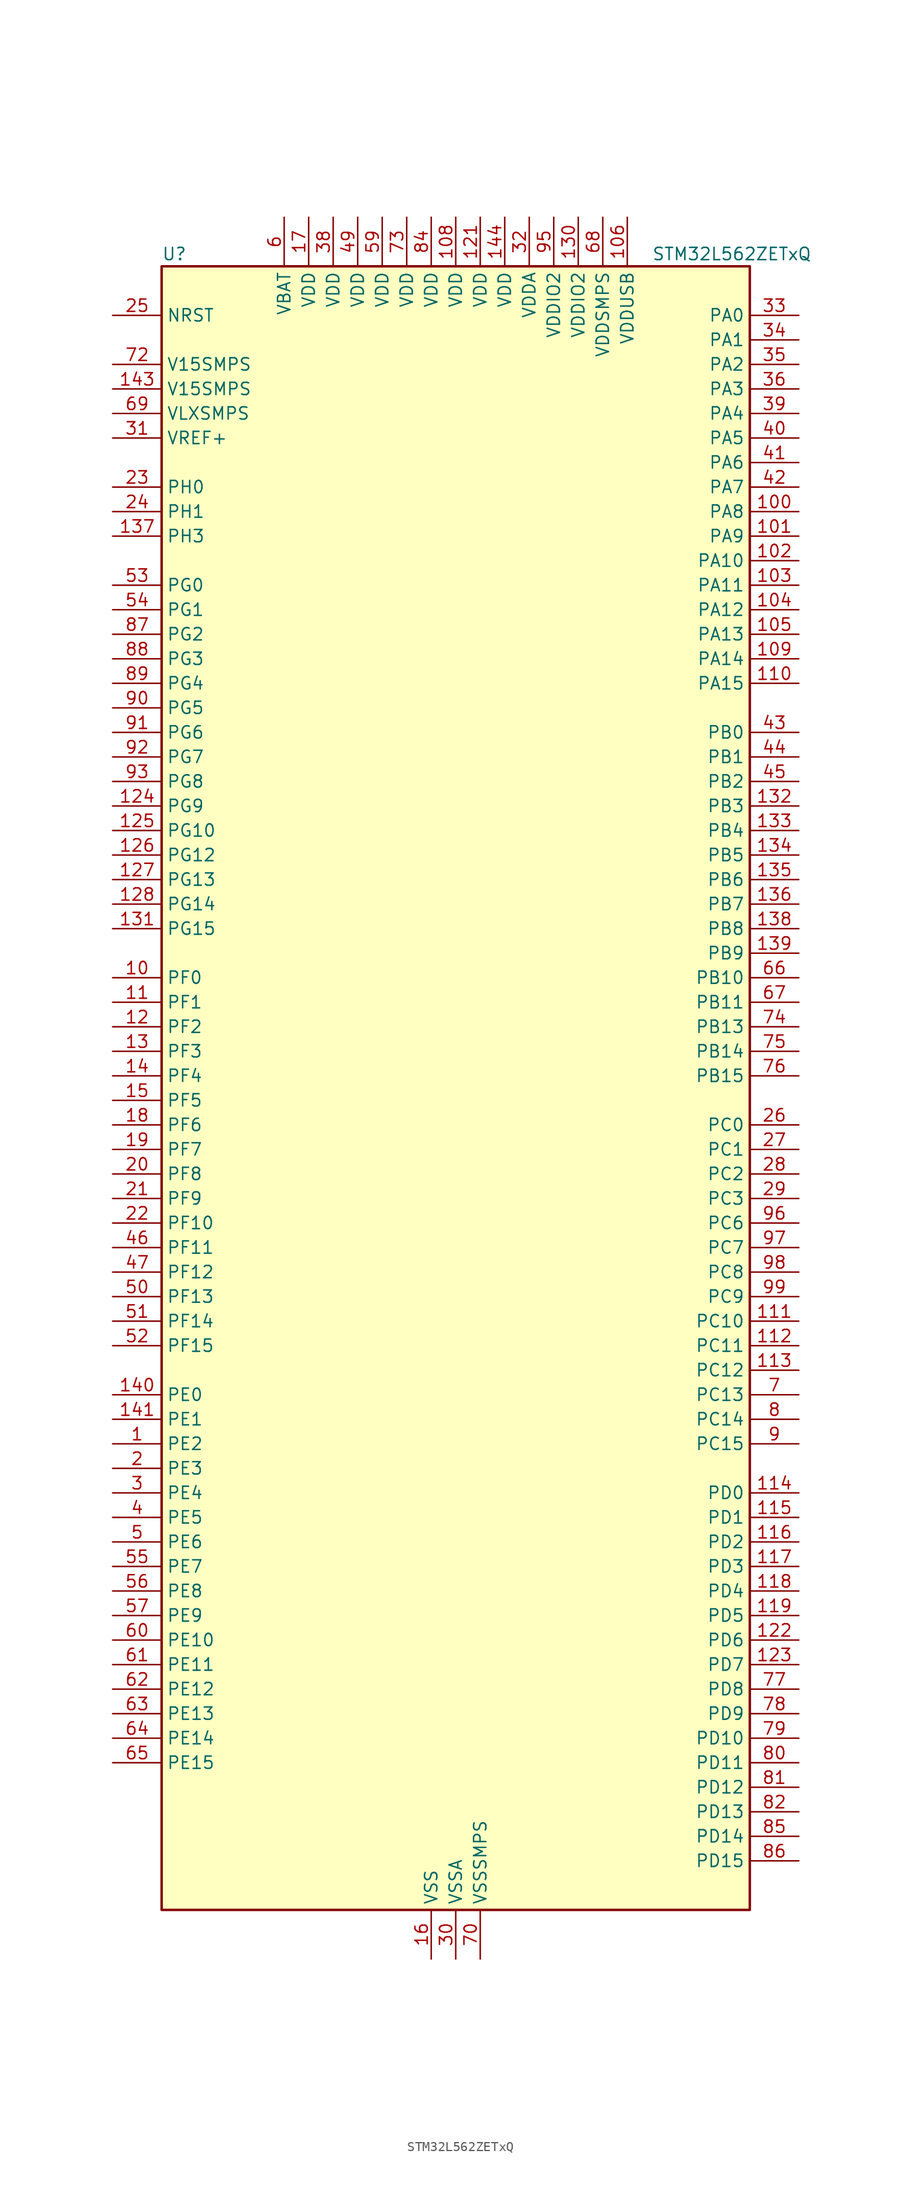
<source format=kicad_sym>
(kicad_symbol_lib
  (version 20241209)
  (generator "kicad_symbol_editor")
  (generator_version "9.0")
  (symbol "STM32L562ZETxQ"
    (property "Reference" "U"
      (at -30.48 87.63 0)
      (effects (font (size 1.27 1.27)) (justify left)))
    (property "Value" "STM32L562ZETxQ"
      (at 20.32 87.63 0)
      (effects (font (size 1.27 1.27)) (justify left)))
    (symbol "STM32L562ZETxQ_0_1"
      (rectangle (start -30.48 -83.82) (end 30.48 86.36) (stroke (width 0.254) (type default)) (fill (type background))))
    (symbol "STM32L562ZETxQ_1_1"
      (pin input line (at -35.56 81.28 0) (length 5.08) (name "NRST" (effects (font (size 1.27 1.27)))) (number "25" (effects (font (size 1.27 1.27)))))
      (pin power_in line (at -35.56 76.2 0) (length 5.08) (name "V15SMPS" (effects (font (size 1.27 1.27)))) (number "72" (effects (font (size 1.27 1.27)))))
      (pin power_in line (at -35.56 73.66 0) (length 5.08) (name "V15SMPS" (effects (font (size 1.27 1.27)))) (number "143" (effects (font (size 1.27 1.27)))))
      (pin power_in line (at -35.56 71.12 0) (length 5.08) (name "VLXSMPS" (effects (font (size 1.27 1.27)))) (number "69" (effects (font (size 1.27 1.27)))))
      (pin input line (at -35.56 68.58 0) (length 5.08) (name "VREF+" (effects (font (size 1.27 1.27)))) (number "31" (effects (font (size 1.27 1.27)))) (alternate "VREFBUF_OUT" bidirectional line))
      (pin bidirectional line (at -35.56 63.5 0) (length 5.08) (name "PH0" (effects (font (size 1.27 1.27)))) (number "23" (effects (font (size 1.27 1.27)))) (alternate "RCC_OSC_IN" bidirectional line))
      (pin bidirectional line (at -35.56 60.96 0) (length 5.08) (name "PH1" (effects (font (size 1.27 1.27)))) (number "24" (effects (font (size 1.27 1.27)))) (alternate "RCC_OSC_OUT" bidirectional line))
      (pin bidirectional line (at -35.56 58.42 0) (length 5.08) (name "PH3" (effects (font (size 1.27 1.27)))) (number "137" (effects (font (size 1.27 1.27)))))
      (pin bidirectional line (at -35.56 53.34 0) (length 5.08) (name "PG0" (effects (font (size 1.27 1.27)))) (number "53" (effects (font (size 1.27 1.27)))) (alternate "FMC_A10" bidirectional line) (alternate "TSC_G8_IO3" bidirectional line))
      (pin bidirectional line (at -35.56 50.8 0) (length 5.08) (name "PG1" (effects (font (size 1.27 1.27)))) (number "54" (effects (font (size 1.27 1.27)))) (alternate "FMC_A11" bidirectional line) (alternate "TSC_G8_IO4" bidirectional line))
      (pin bidirectional line (at -35.56 48.26 0) (length 5.08) (name "PG2" (effects (font (size 1.27 1.27)))) (number "87" (effects (font (size 1.27 1.27)))) (alternate "FMC_A12" bidirectional line) (alternate "SAI2_SCK_B" bidirectional line) (alternate "SPI1_SCK" bidirectional line))
      (pin bidirectional line (at -35.56 45.72 0) (length 5.08) (name "PG3" (effects (font (size 1.27 1.27)))) (number "88" (effects (font (size 1.27 1.27)))) (alternate "FMC_A13" bidirectional line) (alternate "SAI2_FS_B" bidirectional line) (alternate "SPI1_MISO" bidirectional line))
      (pin bidirectional line (at -35.56 43.18 0) (length 5.08) (name "PG4" (effects (font (size 1.27 1.27)))) (number "89" (effects (font (size 1.27 1.27)))) (alternate "FMC_A14" bidirectional line) (alternate "SAI2_MCLK_B" bidirectional line) (alternate "SPI1_MOSI" bidirectional line))
      (pin bidirectional line (at -35.56 40.64 0) (length 5.08) (name "PG5" (effects (font (size 1.27 1.27)))) (number "90" (effects (font (size 1.27 1.27)))) (alternate "FMC_A15" bidirectional line) (alternate "LPUART1_CTS" bidirectional line) (alternate "SAI2_SD_B" bidirectional line) (alternate "SPI1_NSS" bidirectional line))
      (pin bidirectional line (at -35.56 38.1 0) (length 5.08) (name "PG6" (effects (font (size 1.27 1.27)))) (number "91" (effects (font (size 1.27 1.27)))) (alternate "I2C3_SMBA" bidirectional line) (alternate "LPUART1_DE" bidirectional line) (alternate "LPUART1_RTS" bidirectional line) (alternate "OCTOSPI1_DQS" bidirectional line) (alternate "UCPD1_FRSTX1" bidirectional line))
      (pin bidirectional line (at -35.56 35.56 0) (length 5.08) (name "PG7" (effects (font (size 1.27 1.27)))) (number "92" (effects (font (size 1.27 1.27)))) (alternate "DFSDM1_CKOUT" bidirectional line) (alternate "FMC_INT" bidirectional line) (alternate "I2C3_SCL" bidirectional line) (alternate "LPUART1_TX" bidirectional line) (alternate "SAI1_CK1" bidirectional line) (alternate "SAI1_MCLK_A" bidirectional line) (alternate "UCPD1_FRSTX2" bidirectional line))
      (pin bidirectional line (at -35.56 33.02 0) (length 5.08) (name "PG8" (effects (font (size 1.27 1.27)))) (number "93" (effects (font (size 1.27 1.27)))) (alternate "I2C3_SDA" bidirectional line) (alternate "LPUART1_RX" bidirectional line))
      (pin bidirectional line (at -35.56 30.48 0) (length 5.08) (name "PG9" (effects (font (size 1.27 1.27)))) (number "124" (effects (font (size 1.27 1.27)))) (alternate "DAC1_EXTI9" bidirectional line) (alternate "FMC_NCE" bidirectional line) (alternate "FMC_NE2" bidirectional line) (alternate "SAI2_SCK_A" bidirectional line) (alternate "SPI3_SCK" bidirectional line) (alternate "TIM15_CH1N" bidirectional line) (alternate "USART1_TX" bidirectional line))
      (pin bidirectional line (at -35.56 27.94 0) (length 5.08) (name "PG10" (effects (font (size 1.27 1.27)))) (number "125" (effects (font (size 1.27 1.27)))) (alternate "FMC_NE3" bidirectional line) (alternate "LPTIM1_IN1" bidirectional line) (alternate "SAI2_FS_A" bidirectional line) (alternate "SPI3_MISO" bidirectional line) (alternate "TIM15_CH1" bidirectional line) (alternate "USART1_RX" bidirectional line))
      (pin bidirectional line (at -35.56 25.4 0) (length 5.08) (name "PG12" (effects (font (size 1.27 1.27)))) (number "126" (effects (font (size 1.27 1.27)))) (alternate "FMC_NE4" bidirectional line) (alternate "LPTIM1_ETR" bidirectional line) (alternate "SAI2_SD_A" bidirectional line) (alternate "SPI3_NSS" bidirectional line) (alternate "USART1_DE" bidirectional line) (alternate "USART1_RTS" bidirectional line))
      (pin bidirectional line (at -35.56 22.86 0) (length 5.08) (name "PG13" (effects (font (size 1.27 1.27)))) (number "127" (effects (font (size 1.27 1.27)))) (alternate "FMC_A24" bidirectional line) (alternate "I2C1_SDA" bidirectional line) (alternate "USART1_CK" bidirectional line))
      (pin bidirectional line (at -35.56 20.32 0) (length 5.08) (name "PG14" (effects (font (size 1.27 1.27)))) (number "128" (effects (font (size 1.27 1.27)))) (alternate "FMC_A25" bidirectional line) (alternate "I2C1_SCL" bidirectional line))
      (pin bidirectional line (at -35.56 17.78 0) (length 5.08) (name "PG15" (effects (font (size 1.27 1.27)))) (number "131" (effects (font (size 1.27 1.27)))) (alternate "ADC1_EXTI15" bidirectional line) (alternate "ADC2_EXTI15" bidirectional line) (alternate "I2C1_SMBA" bidirectional line) (alternate "LPTIM1_OUT" bidirectional line))
      (pin bidirectional line (at -35.56 12.7 0) (length 5.08) (name "PF0" (effects (font (size 1.27 1.27)))) (number "10" (effects (font (size 1.27 1.27)))) (alternate "FMC_A0" bidirectional line) (alternate "I2C2_SDA" bidirectional line))
      (pin bidirectional line (at -35.56 10.16 0) (length 5.08) (name "PF1" (effects (font (size 1.27 1.27)))) (number "11" (effects (font (size 1.27 1.27)))) (alternate "FMC_A1" bidirectional line) (alternate "I2C2_SCL" bidirectional line))
      (pin bidirectional line (at -35.56 7.62 0) (length 5.08) (name "PF2" (effects (font (size 1.27 1.27)))) (number "12" (effects (font (size 1.27 1.27)))) (alternate "FMC_A2" bidirectional line) (alternate "I2C2_SMBA" bidirectional line))
      (pin bidirectional line (at -35.56 5.08 0) (length 5.08) (name "PF3" (effects (font (size 1.27 1.27)))) (number "13" (effects (font (size 1.27 1.27)))) (alternate "FMC_A3" bidirectional line) (alternate "LPTIM3_IN1" bidirectional line))
      (pin bidirectional line (at -35.56 2.54 0) (length 5.08) (name "PF4" (effects (font (size 1.27 1.27)))) (number "14" (effects (font (size 1.27 1.27)))) (alternate "FMC_A4" bidirectional line) (alternate "LPTIM3_ETR" bidirectional line))
      (pin bidirectional line (at -35.56 0 0) (length 5.08) (name "PF5" (effects (font (size 1.27 1.27)))) (number "15" (effects (font (size 1.27 1.27)))) (alternate "FMC_A5" bidirectional line) (alternate "LPTIM3_OUT" bidirectional line))
      (pin bidirectional line (at -35.56 -2.54 0) (length 5.08) (name "PF6" (effects (font (size 1.27 1.27)))) (number "18" (effects (font (size 1.27 1.27)))) (alternate "OCTOSPI1_IO3" bidirectional line) (alternate "SAI1_SD_B" bidirectional line) (alternate "TIM5_CH1" bidirectional line) (alternate "TIM5_ETR" bidirectional line))
      (pin bidirectional line (at -35.56 -5.08 0) (length 5.08) (name "PF7" (effects (font (size 1.27 1.27)))) (number "19" (effects (font (size 1.27 1.27)))) (alternate "OCTOSPI1_IO2" bidirectional line) (alternate "SAI1_MCLK_B" bidirectional line) (alternate "TAMP_IN6" bidirectional line) (alternate "TAMP_OUT3" bidirectional line) (alternate "TIM5_CH2" bidirectional line))
      (pin bidirectional line (at -35.56 -7.62 0) (length 5.08) (name "PF8" (effects (font (size 1.27 1.27)))) (number "20" (effects (font (size 1.27 1.27)))) (alternate "OCTOSPI1_IO0" bidirectional line) (alternate "SAI1_SCK_B" bidirectional line) (alternate "TAMP_IN7" bidirectional line) (alternate "TAMP_OUT8" bidirectional line) (alternate "TIM5_CH3" bidirectional line))
      (pin bidirectional line (at -35.56 -10.16 0) (length 5.08) (name "PF9" (effects (font (size 1.27 1.27)))) (number "21" (effects (font (size 1.27 1.27)))) (alternate "DAC1_EXTI9" bidirectional line) (alternate "OCTOSPI1_IO1" bidirectional line) (alternate "SAI1_FS_B" bidirectional line) (alternate "TAMP_IN8" bidirectional line) (alternate "TAMP_OUT7" bidirectional line) (alternate "TIM15_CH1" bidirectional line) (alternate "TIM5_CH4" bidirectional line))
      (pin bidirectional line (at -35.56 -12.7 0) (length 5.08) (name "PF10" (effects (font (size 1.27 1.27)))) (number "22" (effects (font (size 1.27 1.27)))) (alternate "DFSDM1_CKOUT" bidirectional line) (alternate "OCTOSPI1_CLK" bidirectional line) (alternate "SAI1_D3" bidirectional line) (alternate "TIM15_CH2" bidirectional line))
      (pin bidirectional line (at -35.56 -15.24 0) (length 5.08) (name "PF11" (effects (font (size 1.27 1.27)))) (number "46" (effects (font (size 1.27 1.27)))) (alternate "ADC1_EXTI11" bidirectional line) (alternate "ADC2_EXTI11" bidirectional line) (alternate "OCTOSPI1_NCLK" bidirectional line))
      (pin bidirectional line (at -35.56 -17.78 0) (length 5.08) (name "PF12" (effects (font (size 1.27 1.27)))) (number "47" (effects (font (size 1.27 1.27)))) (alternate "FMC_A6" bidirectional line))
      (pin bidirectional line (at -35.56 -20.32 0) (length 5.08) (name "PF13" (effects (font (size 1.27 1.27)))) (number "50" (effects (font (size 1.27 1.27)))) (alternate "FMC_A7" bidirectional line) (alternate "I2C4_SMBA" bidirectional line))
      (pin bidirectional line (at -35.56 -22.86 0) (length 5.08) (name "PF14" (effects (font (size 1.27 1.27)))) (number "51" (effects (font (size 1.27 1.27)))) (alternate "FMC_A8" bidirectional line) (alternate "I2C4_SCL" bidirectional line) (alternate "TSC_G8_IO1" bidirectional line))
      (pin bidirectional line (at -35.56 -25.4 0) (length 5.08) (name "PF15" (effects (font (size 1.27 1.27)))) (number "52" (effects (font (size 1.27 1.27)))) (alternate "ADC1_EXTI15" bidirectional line) (alternate "ADC2_EXTI15" bidirectional line) (alternate "FMC_A9" bidirectional line) (alternate "I2C4_SDA" bidirectional line) (alternate "TSC_G8_IO2" bidirectional line))
      (pin bidirectional line (at -35.56 -30.48 0) (length 5.08) (name "PE0" (effects (font (size 1.27 1.27)))) (number "140" (effects (font (size 1.27 1.27)))) (alternate "FMC_NBL0" bidirectional line) (alternate "TIM16_CH1" bidirectional line) (alternate "TIM4_ETR" bidirectional line))
      (pin bidirectional line (at -35.56 -33.02 0) (length 5.08) (name "PE1" (effects (font (size 1.27 1.27)))) (number "141" (effects (font (size 1.27 1.27)))) (alternate "FMC_NBL1" bidirectional line) (alternate "TIM17_CH1" bidirectional line))
      (pin bidirectional line (at -35.56 -35.56 0) (length 5.08) (name "PE2" (effects (font (size 1.27 1.27)))) (number "1" (effects (font (size 1.27 1.27)))) (alternate "DEBUG_TRACECLK" bidirectional line) (alternate "FMC_A23" bidirectional line) (alternate "SAI1_CK1" bidirectional line) (alternate "SAI1_MCLK_A" bidirectional line) (alternate "TIM3_ETR" bidirectional line) (alternate "TSC_G7_IO1" bidirectional line))
      (pin bidirectional line (at -35.56 -38.1 0) (length 5.08) (name "PE3" (effects (font (size 1.27 1.27)))) (number "2" (effects (font (size 1.27 1.27)))) (alternate "DEBUG_TRACED0" bidirectional line) (alternate "FMC_A19" bidirectional line) (alternate "OCTOSPI1_DQS" bidirectional line) (alternate "SAI1_SD_B" bidirectional line) (alternate "TIM3_CH1" bidirectional line) (alternate "TSC_G7_IO2" bidirectional line))
      (pin bidirectional line (at -35.56 -40.64 0) (length 5.08) (name "PE4" (effects (font (size 1.27 1.27)))) (number "3" (effects (font (size 1.27 1.27)))) (alternate "DEBUG_TRACED1" bidirectional line) (alternate "DFSDM1_DATIN3" bidirectional line) (alternate "FMC_A20" bidirectional line) (alternate "SAI1_D2" bidirectional line) (alternate "SAI1_FS_A" bidirectional line) (alternate "TIM3_CH2" bidirectional line) (alternate "TSC_G7_IO3" bidirectional line))
      (pin bidirectional line (at -35.56 -43.18 0) (length 5.08) (name "PE5" (effects (font (size 1.27 1.27)))) (number "4" (effects (font (size 1.27 1.27)))) (alternate "DEBUG_TRACED2" bidirectional line) (alternate "DFSDM1_CKIN3" bidirectional line) (alternate "FMC_A21" bidirectional line) (alternate "SAI1_CK2" bidirectional line) (alternate "SAI1_SCK_A" bidirectional line) (alternate "TIM3_CH3" bidirectional line) (alternate "TSC_G7_IO4" bidirectional line))
      (pin bidirectional line (at -35.56 -45.72 0) (length 5.08) (name "PE6" (effects (font (size 1.27 1.27)))) (number "5" (effects (font (size 1.27 1.27)))) (alternate "DEBUG_TRACED3" bidirectional line) (alternate "FMC_A22" bidirectional line) (alternate "PWR_WKUP3" bidirectional line) (alternate "SAI1_D1" bidirectional line) (alternate "SAI1_SD_A" bidirectional line) (alternate "TAMP_IN3" bidirectional line) (alternate "TAMP_OUT6" bidirectional line) (alternate "TIM3_CH4" bidirectional line))
      (pin bidirectional line (at -35.56 -48.26 0) (length 5.08) (name "PE7" (effects (font (size 1.27 1.27)))) (number "55" (effects (font (size 1.27 1.27)))) (alternate "DFSDM1_DATIN2" bidirectional line) (alternate "FMC_D4" bidirectional line) (alternate "FMC_DA4" bidirectional line) (alternate "SAI1_SD_B" bidirectional line) (alternate "TIM1_ETR" bidirectional line))
      (pin bidirectional line (at -35.56 -50.8 0) (length 5.08) (name "PE8" (effects (font (size 1.27 1.27)))) (number "56" (effects (font (size 1.27 1.27)))) (alternate "DFSDM1_CKIN2" bidirectional line) (alternate "FMC_D5" bidirectional line) (alternate "FMC_DA5" bidirectional line) (alternate "SAI1_SCK_B" bidirectional line) (alternate "TIM1_CH1N" bidirectional line))
      (pin bidirectional line (at -35.56 -53.34 0) (length 5.08) (name "PE9" (effects (font (size 1.27 1.27)))) (number "57" (effects (font (size 1.27 1.27)))) (alternate "DAC1_EXTI9" bidirectional line) (alternate "DFSDM1_CKOUT" bidirectional line) (alternate "FMC_D6" bidirectional line) (alternate "FMC_DA6" bidirectional line) (alternate "OCTOSPI1_NCLK" bidirectional line) (alternate "SAI1_FS_B" bidirectional line) (alternate "TIM1_CH1" bidirectional line))
      (pin bidirectional line (at -35.56 -55.88 0) (length 5.08) (name "PE10" (effects (font (size 1.27 1.27)))) (number "60" (effects (font (size 1.27 1.27)))) (alternate "FMC_D7" bidirectional line) (alternate "FMC_DA7" bidirectional line) (alternate "OCTOSPI1_CLK" bidirectional line) (alternate "SAI1_MCLK_B" bidirectional line) (alternate "TIM1_CH2N" bidirectional line) (alternate "TSC_G5_IO1" bidirectional line))
      (pin bidirectional line (at -35.56 -58.42 0) (length 5.08) (name "PE11" (effects (font (size 1.27 1.27)))) (number "61" (effects (font (size 1.27 1.27)))) (alternate "ADC1_EXTI11" bidirectional line) (alternate "ADC2_EXTI11" bidirectional line) (alternate "FMC_D8" bidirectional line) (alternate "FMC_DA8" bidirectional line) (alternate "OCTOSPI1_NCS" bidirectional line) (alternate "TIM1_CH2" bidirectional line) (alternate "TSC_G5_IO2" bidirectional line))
      (pin bidirectional line (at -35.56 -60.96 0) (length 5.08) (name "PE12" (effects (font (size 1.27 1.27)))) (number "62" (effects (font (size 1.27 1.27)))) (alternate "FMC_D9" bidirectional line) (alternate "FMC_DA9" bidirectional line) (alternate "OCTOSPI1_IO0" bidirectional line) (alternate "SPI1_NSS" bidirectional line) (alternate "TIM1_CH3N" bidirectional line) (alternate "TSC_G5_IO3" bidirectional line))
      (pin bidirectional line (at -35.56 -63.5 0) (length 5.08) (name "PE13" (effects (font (size 1.27 1.27)))) (number "63" (effects (font (size 1.27 1.27)))) (alternate "FMC_D10" bidirectional line) (alternate "FMC_DA10" bidirectional line) (alternate "OCTOSPI1_IO1" bidirectional line) (alternate "SPI1_SCK" bidirectional line) (alternate "TIM1_CH3" bidirectional line) (alternate "TSC_G5_IO4" bidirectional line))
      (pin bidirectional line (at -35.56 -66.04 0) (length 5.08) (name "PE14" (effects (font (size 1.27 1.27)))) (number "64" (effects (font (size 1.27 1.27)))) (alternate "FMC_D11" bidirectional line) (alternate "FMC_DA11" bidirectional line) (alternate "OCTOSPI1_IO2" bidirectional line) (alternate "SPI1_MISO" bidirectional line) (alternate "TIM1_BKIN2" bidirectional line) (alternate "TIM1_CH4" bidirectional line))
      (pin bidirectional line (at -35.56 -68.58 0) (length 5.08) (name "PE15" (effects (font (size 1.27 1.27)))) (number "65" (effects (font (size 1.27 1.27)))) (alternate "ADC1_EXTI15" bidirectional line) (alternate "ADC2_EXTI15" bidirectional line) (alternate "FMC_D12" bidirectional line) (alternate "FMC_DA12" bidirectional line) (alternate "OCTOSPI1_IO3" bidirectional line) (alternate "SPI1_MOSI" bidirectional line) (alternate "TIM1_BKIN" bidirectional line))
      (pin power_in line (at -17.78 91.44 270) (length 5.08) (name "VBAT" (effects (font (size 1.27 1.27)))) (number "6" (effects (font (size 1.27 1.27)))))
      (pin power_in line (at -15.24 91.44 270) (length 5.08) (name "VDD" (effects (font (size 1.27 1.27)))) (number "17" (effects (font (size 1.27 1.27)))))
      (pin power_in line (at -12.7 91.44 270) (length 5.08) (name "VDD" (effects (font (size 1.27 1.27)))) (number "38" (effects (font (size 1.27 1.27)))))
      (pin power_in line (at -10.16 91.44 270) (length 5.08) (name "VDD" (effects (font (size 1.27 1.27)))) (number "49" (effects (font (size 1.27 1.27)))))
      (pin power_in line (at -7.62 91.44 270) (length 5.08) (name "VDD" (effects (font (size 1.27 1.27)))) (number "59" (effects (font (size 1.27 1.27)))))
      (pin power_in line (at -5.08 91.44 270) (length 5.08) (name "VDD" (effects (font (size 1.27 1.27)))) (number "73" (effects (font (size 1.27 1.27)))))
      (pin power_in line (at -2.54 91.44 270) (length 5.08) (name "VDD" (effects (font (size 1.27 1.27)))) (number "84" (effects (font (size 1.27 1.27)))))
      (pin passive line (at -2.54 -88.9 90) (length 5.08) (hide yes) (name "VSS" (effects (font (size 1.27 1.27)))) (number "107" (effects (font (size 1.27 1.27)))))
      (pin passive line (at -2.54 -88.9 90) (length 5.08) (hide yes) (name "VSS" (effects (font (size 1.27 1.27)))) (number "120" (effects (font (size 1.27 1.27)))))
      (pin passive line (at -2.54 -88.9 90) (length 5.08) (hide yes) (name "VSS" (effects (font (size 1.27 1.27)))) (number "129" (effects (font (size 1.27 1.27)))))
      (pin passive line (at -2.54 -88.9 90) (length 5.08) (hide yes) (name "VSS" (effects (font (size 1.27 1.27)))) (number "142" (effects (font (size 1.27 1.27)))))
      (pin power_in line (at -2.54 -88.9 90) (length 5.08) (name "VSS" (effects (font (size 1.27 1.27)))) (number "16" (effects (font (size 1.27 1.27)))))
      (pin passive line (at -2.54 -88.9 90) (length 5.08) (hide yes) (name "VSS" (effects (font (size 1.27 1.27)))) (number "37" (effects (font (size 1.27 1.27)))))
      (pin passive line (at -2.54 -88.9 90) (length 5.08) (hide yes) (name "VSS" (effects (font (size 1.27 1.27)))) (number "48" (effects (font (size 1.27 1.27)))))
      (pin passive line (at -2.54 -88.9 90) (length 5.08) (hide yes) (name "VSS" (effects (font (size 1.27 1.27)))) (number "58" (effects (font (size 1.27 1.27)))))
      (pin passive line (at -2.54 -88.9 90) (length 5.08) (hide yes) (name "VSS" (effects (font (size 1.27 1.27)))) (number "71" (effects (font (size 1.27 1.27)))))
      (pin passive line (at -2.54 -88.9 90) (length 5.08) (hide yes) (name "VSS" (effects (font (size 1.27 1.27)))) (number "83" (effects (font (size 1.27 1.27)))))
      (pin passive line (at -2.54 -88.9 90) (length 5.08) (hide yes) (name "VSS" (effects (font (size 1.27 1.27)))) (number "94" (effects (font (size 1.27 1.27)))))
      (pin power_in line (at 0 91.44 270) (length 5.08) (name "VDD" (effects (font (size 1.27 1.27)))) (number "108" (effects (font (size 1.27 1.27)))))
      (pin power_in line (at 0 -88.9 90) (length 5.08) (name "VSSA" (effects (font (size 1.27 1.27)))) (number "30" (effects (font (size 1.27 1.27)))))
      (pin power_in line (at 2.54 91.44 270) (length 5.08) (name "VDD" (effects (font (size 1.27 1.27)))) (number "121" (effects (font (size 1.27 1.27)))))
      (pin power_in line (at 2.54 -88.9 90) (length 5.08) (name "VSSSMPS" (effects (font (size 1.27 1.27)))) (number "70" (effects (font (size 1.27 1.27)))))
      (pin power_in line (at 5.08 91.44 270) (length 5.08) (name "VDD" (effects (font (size 1.27 1.27)))) (number "144" (effects (font (size 1.27 1.27)))))
      (pin power_in line (at 7.62 91.44 270) (length 5.08) (name "VDDA" (effects (font (size 1.27 1.27)))) (number "32" (effects (font (size 1.27 1.27)))))
      (pin power_in line (at 10.16 91.44 270) (length 5.08) (name "VDDIO2" (effects (font (size 1.27 1.27)))) (number "95" (effects (font (size 1.27 1.27)))))
      (pin power_in line (at 12.7 91.44 270) (length 5.08) (name "VDDIO2" (effects (font (size 1.27 1.27)))) (number "130" (effects (font (size 1.27 1.27)))))
      (pin power_in line (at 15.24 91.44 270) (length 5.08) (name "VDDSMPS" (effects (font (size 1.27 1.27)))) (number "68" (effects (font (size 1.27 1.27)))))
      (pin power_in line (at 17.78 91.44 270) (length 5.08) (name "VDDUSB" (effects (font (size 1.27 1.27)))) (number "106" (effects (font (size 1.27 1.27)))))
      (pin bidirectional line (at 35.56 81.28 180) (length 5.08) (name "PA0" (effects (font (size 1.27 1.27)))) (number "33" (effects (font (size 1.27 1.27)))) (alternate "ADC1_IN5" bidirectional line) (alternate "ADC2_IN5" bidirectional line) (alternate "OPAMP1_VINP" bidirectional line) (alternate "PWR_WKUP1" bidirectional line) (alternate "SAI1_EXTCLK" bidirectional line) (alternate "TAMP_IN2" bidirectional line) (alternate "TAMP_OUT1" bidirectional line) (alternate "TIM2_CH1" bidirectional line) (alternate "TIM2_ETR" bidirectional line) (alternate "TIM5_CH1" bidirectional line) (alternate "TIM8_ETR" bidirectional line) (alternate "UART4_TX" bidirectional line) (alternate "USART2_CTS" bidirectional line) (alternate "USART2_NSS" bidirectional line))
      (pin bidirectional line (at 35.56 78.74 180) (length 5.08) (name "PA1" (effects (font (size 1.27 1.27)))) (number "34" (effects (font (size 1.27 1.27)))) (alternate "ADC1_IN6" bidirectional line) (alternate "ADC2_IN6" bidirectional line) (alternate "I2C1_SMBA" bidirectional line) (alternate "OCTOSPI1_DQS" bidirectional line) (alternate "OPAMP1_VINM" bidirectional line) (alternate "SPI1_SCK" bidirectional line) (alternate "TAMP_IN5" bidirectional line) (alternate "TAMP_OUT4" bidirectional line) (alternate "TIM15_CH1N" bidirectional line) (alternate "TIM2_CH2" bidirectional line) (alternate "TIM5_CH2" bidirectional line) (alternate "UART4_RX" bidirectional line) (alternate "USART2_DE" bidirectional line) (alternate "USART2_RTS" bidirectional line))
      (pin bidirectional line (at 35.56 76.2 180) (length 5.08) (name "PA2" (effects (font (size 1.27 1.27)))) (number "35" (effects (font (size 1.27 1.27)))) (alternate "ADC1_IN7" bidirectional line) (alternate "ADC2_IN7" bidirectional line) (alternate "COMP1_INP" bidirectional line) (alternate "LPUART1_TX" bidirectional line) (alternate "OCTOSPI1_NCS" bidirectional line) (alternate "PWR_WKUP4" bidirectional line) (alternate "RCC_LSCO" bidirectional line) (alternate "SAI2_EXTCLK" bidirectional line) (alternate "TIM15_CH1" bidirectional line) (alternate "TIM2_CH3" bidirectional line) (alternate "TIM5_CH3" bidirectional line) (alternate "UCPD1_FRSTX1" bidirectional line) (alternate "USART2_TX" bidirectional line))
      (pin bidirectional line (at 35.56 73.66 180) (length 5.08) (name "PA3" (effects (font (size 1.27 1.27)))) (number "36" (effects (font (size 1.27 1.27)))) (alternate "ADC1_IN8" bidirectional line) (alternate "ADC2_IN8" bidirectional line) (alternate "LPUART1_RX" bidirectional line) (alternate "OCTOSPI1_CLK" bidirectional line) (alternate "OPAMP1_VOUT" bidirectional line) (alternate "SAI1_CK1" bidirectional line) (alternate "SAI1_MCLK_A" bidirectional line) (alternate "TIM15_CH2" bidirectional line) (alternate "TIM2_CH4" bidirectional line) (alternate "TIM5_CH4" bidirectional line) (alternate "USART2_RX" bidirectional line))
      (pin bidirectional line (at 35.56 71.12 180) (length 5.08) (name "PA4" (effects (font (size 1.27 1.27)))) (number "39" (effects (font (size 1.27 1.27)))) (alternate "ADC1_IN9" bidirectional line) (alternate "ADC2_IN9" bidirectional line) (alternate "DAC1_OUT1" bidirectional line) (alternate "LPTIM2_OUT" bidirectional line) (alternate "OCTOSPI1_NCS" bidirectional line) (alternate "SAI1_FS_B" bidirectional line) (alternate "SPI1_NSS" bidirectional line) (alternate "SPI3_NSS" bidirectional line) (alternate "USART2_CK" bidirectional line))
      (pin bidirectional line (at 35.56 68.58 180) (length 5.08) (name "PA5" (effects (font (size 1.27 1.27)))) (number "40" (effects (font (size 1.27 1.27)))) (alternate "ADC1_IN10" bidirectional line) (alternate "ADC2_IN10" bidirectional line) (alternate "DAC1_OUT2" bidirectional line) (alternate "LPTIM2_ETR" bidirectional line) (alternate "SPI1_SCK" bidirectional line) (alternate "TIM2_CH1" bidirectional line) (alternate "TIM2_ETR" bidirectional line) (alternate "TIM8_CH1N" bidirectional line))
      (pin bidirectional line (at 35.56 66.04 180) (length 5.08) (name "PA6" (effects (font (size 1.27 1.27)))) (number "41" (effects (font (size 1.27 1.27)))) (alternate "ADC1_IN11" bidirectional line) (alternate "ADC2_IN11" bidirectional line) (alternate "LPUART1_CTS" bidirectional line) (alternate "OCTOSPI1_IO3" bidirectional line) (alternate "OPAMP2_VINP" bidirectional line) (alternate "SPI1_MISO" bidirectional line) (alternate "TIM16_CH1" bidirectional line) (alternate "TIM1_BKIN" bidirectional line) (alternate "TIM3_CH1" bidirectional line) (alternate "TIM8_BKIN" bidirectional line) (alternate "USART3_CTS" bidirectional line) (alternate "USART3_NSS" bidirectional line))
      (pin bidirectional line (at 35.56 63.5 180) (length 5.08) (name "PA7" (effects (font (size 1.27 1.27)))) (number "42" (effects (font (size 1.27 1.27)))) (alternate "ADC1_IN12" bidirectional line) (alternate "ADC2_IN12" bidirectional line) (alternate "I2C3_SCL" bidirectional line) (alternate "OCTOSPI1_IO2" bidirectional line) (alternate "OPAMP2_VINM" bidirectional line) (alternate "SPI1_MOSI" bidirectional line) (alternate "TIM17_CH1" bidirectional line) (alternate "TIM1_CH1N" bidirectional line) (alternate "TIM3_CH2" bidirectional line) (alternate "TIM8_CH1N" bidirectional line))
      (pin bidirectional line (at 35.56 60.96 180) (length 5.08) (name "PA8" (effects (font (size 1.27 1.27)))) (number "100" (effects (font (size 1.27 1.27)))) (alternate "LPTIM2_OUT" bidirectional line) (alternate "RCC_MCO" bidirectional line) (alternate "SAI1_CK2" bidirectional line) (alternate "SAI1_SCK_A" bidirectional line) (alternate "TIM1_CH1" bidirectional line) (alternate "USART1_CK" bidirectional line))
      (pin bidirectional line (at 35.56 58.42 180) (length 5.08) (name "PA9" (effects (font (size 1.27 1.27)))) (number "101" (effects (font (size 1.27 1.27)))) (alternate "DAC1_EXTI9" bidirectional line) (alternate "SAI1_FS_A" bidirectional line) (alternate "SPI2_SCK" bidirectional line) (alternate "TIM15_BKIN" bidirectional line) (alternate "TIM1_CH2" bidirectional line) (alternate "USART1_TX" bidirectional line))
      (pin bidirectional line (at 35.56 55.88 180) (length 5.08) (name "PA10" (effects (font (size 1.27 1.27)))) (number "102" (effects (font (size 1.27 1.27)))) (alternate "CRS_SYNC" bidirectional line) (alternate "SAI1_D1" bidirectional line) (alternate "SAI1_SD_A" bidirectional line) (alternate "TIM17_BKIN" bidirectional line) (alternate "TIM1_CH3" bidirectional line) (alternate "USART1_RX" bidirectional line))
      (pin bidirectional line (at 35.56 53.34 180) (length 5.08) (name "PA11" (effects (font (size 1.27 1.27)))) (number "103" (effects (font (size 1.27 1.27)))) (alternate "ADC1_EXTI11" bidirectional line) (alternate "ADC2_EXTI11" bidirectional line) (alternate "FDCAN1_RX" bidirectional line) (alternate "SPI1_MISO" bidirectional line) (alternate "TIM1_BKIN2" bidirectional line) (alternate "TIM1_CH4" bidirectional line) (alternate "USART1_CTS" bidirectional line) (alternate "USART1_NSS" bidirectional line) (alternate "USB_DM" bidirectional line))
      (pin bidirectional line (at 35.56 50.8 180) (length 5.08) (name "PA12" (effects (font (size 1.27 1.27)))) (number "104" (effects (font (size 1.27 1.27)))) (alternate "FDCAN1_TX" bidirectional line) (alternate "SPI1_MOSI" bidirectional line) (alternate "TIM1_ETR" bidirectional line) (alternate "USART1_DE" bidirectional line) (alternate "USART1_RTS" bidirectional line) (alternate "USB_DP" bidirectional line))
      (pin bidirectional line (at 35.56 48.26 180) (length 5.08) (name "PA13" (effects (font (size 1.27 1.27)))) (number "105" (effects (font (size 1.27 1.27)))) (alternate "DEBUG_JTMS-SWDIO" bidirectional line) (alternate "IR_OUT" bidirectional line) (alternate "SAI1_SD_B" bidirectional line) (alternate "USB_NOE" bidirectional line))
      (pin bidirectional line (at 35.56 45.72 180) (length 5.08) (name "PA14" (effects (font (size 1.27 1.27)))) (number "109" (effects (font (size 1.27 1.27)))) (alternate "DEBUG_JTCK-SWCLK" bidirectional line) (alternate "I2C1_SMBA" bidirectional line) (alternate "I2C4_SMBA" bidirectional line) (alternate "LPTIM1_OUT" bidirectional line) (alternate "SAI1_FS_B" bidirectional line))
      (pin bidirectional line (at 35.56 43.18 180) (length 5.08) (name "PA15" (effects (font (size 1.27 1.27)))) (number "110" (effects (font (size 1.27 1.27)))) (alternate "ADC1_EXTI15" bidirectional line) (alternate "ADC2_EXTI15" bidirectional line) (alternate "DEBUG_JTDI" bidirectional line) (alternate "SAI2_FS_B" bidirectional line) (alternate "SPI1_NSS" bidirectional line) (alternate "SPI3_NSS" bidirectional line) (alternate "TIM2_CH1" bidirectional line) (alternate "TIM2_ETR" bidirectional line) (alternate "UART4_DE" bidirectional line) (alternate "UART4_RTS" bidirectional line) (alternate "UCPD1_CC1" bidirectional line) (alternate "USART2_RX" bidirectional line) (alternate "USART3_DE" bidirectional line) (alternate "USART3_RTS" bidirectional line))
      (pin bidirectional line (at 35.56 38.1 180) (length 5.08) (name "PB0" (effects (font (size 1.27 1.27)))) (number "43" (effects (font (size 1.27 1.27)))) (alternate "ADC1_IN15" bidirectional line) (alternate "ADC2_IN15" bidirectional line) (alternate "COMP1_OUT" bidirectional line) (alternate "OCTOSPI1_IO1" bidirectional line) (alternate "OPAMP2_VOUT" bidirectional line) (alternate "SAI1_EXTCLK" bidirectional line) (alternate "SPI1_NSS" bidirectional line) (alternate "TIM1_CH2N" bidirectional line) (alternate "TIM3_CH3" bidirectional line) (alternate "TIM8_CH2N" bidirectional line) (alternate "USART3_CK" bidirectional line))
      (pin bidirectional line (at 35.56 35.56 180) (length 5.08) (name "PB1" (effects (font (size 1.27 1.27)))) (number "44" (effects (font (size 1.27 1.27)))) (alternate "ADC1_IN16" bidirectional line) (alternate "ADC2_IN16" bidirectional line) (alternate "COMP1_INM" bidirectional line) (alternate "DFSDM1_DATIN0" bidirectional line) (alternate "LPTIM2_IN1" bidirectional line) (alternate "LPUART1_DE" bidirectional line) (alternate "LPUART1_RTS" bidirectional line) (alternate "OCTOSPI1_IO0" bidirectional line) (alternate "TIM1_CH3N" bidirectional line) (alternate "TIM3_CH4" bidirectional line) (alternate "TIM8_CH3N" bidirectional line) (alternate "USART3_DE" bidirectional line) (alternate "USART3_RTS" bidirectional line))
      (pin bidirectional line (at 35.56 33.02 180) (length 5.08) (name "PB2" (effects (font (size 1.27 1.27)))) (number "45" (effects (font (size 1.27 1.27)))) (alternate "COMP1_INP" bidirectional line) (alternate "DFSDM1_CKIN0" bidirectional line) (alternate "I2C3_SMBA" bidirectional line) (alternate "LPTIM1_OUT" bidirectional line) (alternate "OCTOSPI1_DQS" bidirectional line) (alternate "RTC_OUT2" bidirectional line) (alternate "UCPD1_FRSTX1" bidirectional line))
      (pin bidirectional line (at 35.56 30.48 180) (length 5.08) (name "PB3" (effects (font (size 1.27 1.27)))) (number "132" (effects (font (size 1.27 1.27)))) (alternate "COMP2_INM" bidirectional line) (alternate "CRS_SYNC" bidirectional line) (alternate "DEBUG_JTDO-SWO" bidirectional line) (alternate "SAI1_SCK_B" bidirectional line) (alternate "SPI1_SCK" bidirectional line) (alternate "SPI3_SCK" bidirectional line) (alternate "TIM2_CH2" bidirectional line) (alternate "USART1_DE" bidirectional line) (alternate "USART1_RTS" bidirectional line))
      (pin bidirectional line (at 35.56 27.94 180) (length 5.08) (name "PB4" (effects (font (size 1.27 1.27)))) (number "133" (effects (font (size 1.27 1.27)))) (alternate "COMP2_INP" bidirectional line) (alternate "DEBUG_JTRST" bidirectional line) (alternate "I2C3_SDA" bidirectional line) (alternate "SAI1_MCLK_B" bidirectional line) (alternate "SPI1_MISO" bidirectional line) (alternate "SPI3_MISO" bidirectional line) (alternate "TIM17_BKIN" bidirectional line) (alternate "TIM3_CH1" bidirectional line) (alternate "TSC_G2_IO1" bidirectional line) (alternate "UART5_DE" bidirectional line) (alternate "UART5_RTS" bidirectional line) (alternate "USART1_CTS" bidirectional line) (alternate "USART1_NSS" bidirectional line))
      (pin bidirectional line (at 35.56 25.4 180) (length 5.08) (name "PB5" (effects (font (size 1.27 1.27)))) (number "134" (effects (font (size 1.27 1.27)))) (alternate "COMP2_OUT" bidirectional line) (alternate "I2C1_SMBA" bidirectional line) (alternate "LPTIM1_IN1" bidirectional line) (alternate "OCTOSPI1_NCLK" bidirectional line) (alternate "SAI1_SD_B" bidirectional line) (alternate "SPI1_MOSI" bidirectional line) (alternate "SPI3_MOSI" bidirectional line) (alternate "TIM16_BKIN" bidirectional line) (alternate "TIM3_CH2" bidirectional line) (alternate "TSC_G2_IO2" bidirectional line) (alternate "UART5_CTS" bidirectional line) (alternate "UCPD1_DBCC1" bidirectional line) (alternate "USART1_CK" bidirectional line))
      (pin bidirectional line (at 35.56 22.86 180) (length 5.08) (name "PB6" (effects (font (size 1.27 1.27)))) (number "135" (effects (font (size 1.27 1.27)))) (alternate "COMP2_INP" bidirectional line) (alternate "I2C1_SCL" bidirectional line) (alternate "I2C4_SCL" bidirectional line) (alternate "LPTIM1_ETR" bidirectional line) (alternate "SAI1_FS_B" bidirectional line) (alternate "TIM16_CH1N" bidirectional line) (alternate "TIM4_CH1" bidirectional line) (alternate "TIM8_BKIN2" bidirectional line) (alternate "TSC_G2_IO3" bidirectional line) (alternate "USART1_TX" bidirectional line))
      (pin bidirectional line (at 35.56 20.32 180) (length 5.08) (name "PB7" (effects (font (size 1.27 1.27)))) (number "136" (effects (font (size 1.27 1.27)))) (alternate "COMP2_INM" bidirectional line) (alternate "FMC_NL" bidirectional line) (alternate "I2C1_SDA" bidirectional line) (alternate "I2C4_SDA" bidirectional line) (alternate "LPTIM1_IN2" bidirectional line) (alternate "PWR_PVD_IN" bidirectional line) (alternate "TIM17_CH1N" bidirectional line) (alternate "TIM4_CH2" bidirectional line) (alternate "TIM8_BKIN" bidirectional line) (alternate "TSC_G2_IO4" bidirectional line) (alternate "UART4_CTS" bidirectional line) (alternate "USART1_RX" bidirectional line))
      (pin bidirectional line (at 35.56 17.78 180) (length 5.08) (name "PB8" (effects (font (size 1.27 1.27)))) (number "138" (effects (font (size 1.27 1.27)))) (alternate "DFSDM1_CKOUT" bidirectional line) (alternate "FDCAN1_RX" bidirectional line) (alternate "I2C1_SCL" bidirectional line) (alternate "SAI1_CK1" bidirectional line) (alternate "SAI1_MCLK_A" bidirectional line) (alternate "SDMMC1_CKIN" bidirectional line) (alternate "SDMMC1_D4" bidirectional line) (alternate "TIM16_CH1" bidirectional line) (alternate "TIM4_CH3" bidirectional line))
      (pin bidirectional line (at 35.56 15.24 180) (length 5.08) (name "PB9" (effects (font (size 1.27 1.27)))) (number "139" (effects (font (size 1.27 1.27)))) (alternate "DAC1_EXTI9" bidirectional line) (alternate "FDCAN1_TX" bidirectional line) (alternate "I2C1_SDA" bidirectional line) (alternate "IR_OUT" bidirectional line) (alternate "SAI1_D2" bidirectional line) (alternate "SAI1_FS_A" bidirectional line) (alternate "SDMMC1_CDIR" bidirectional line) (alternate "SDMMC1_D5" bidirectional line) (alternate "SPI2_NSS" bidirectional line) (alternate "TIM17_CH1" bidirectional line) (alternate "TIM4_CH4" bidirectional line))
      (pin bidirectional line (at 35.56 12.7 180) (length 5.08) (name "PB10" (effects (font (size 1.27 1.27)))) (number "66" (effects (font (size 1.27 1.27)))) (alternate "COMP1_OUT" bidirectional line) (alternate "I2C2_SCL" bidirectional line) (alternate "I2C4_SCL" bidirectional line) (alternate "LPTIM3_OUT" bidirectional line) (alternate "LPUART1_RX" bidirectional line) (alternate "OCTOSPI1_CLK" bidirectional line) (alternate "SAI1_SCK_A" bidirectional line) (alternate "SPI2_SCK" bidirectional line) (alternate "TIM2_CH3" bidirectional line) (alternate "TSC_SYNC" bidirectional line) (alternate "USART3_TX" bidirectional line))
      (pin bidirectional line (at 35.56 10.16 180) (length 5.08) (name "PB11" (effects (font (size 1.27 1.27)))) (number "67" (effects (font (size 1.27 1.27)))) (alternate "ADC1_EXTI11" bidirectional line) (alternate "ADC2_EXTI11" bidirectional line) (alternate "COMP2_OUT" bidirectional line) (alternate "I2C2_SDA" bidirectional line) (alternate "I2C4_SDA" bidirectional line) (alternate "LPUART1_TX" bidirectional line) (alternate "OCTOSPI1_NCS" bidirectional line) (alternate "TIM2_CH4" bidirectional line) (alternate "USART3_RX" bidirectional line))
      (pin bidirectional line (at 35.56 7.62 180) (length 5.08) (name "PB13" (effects (font (size 1.27 1.27)))) (number "74" (effects (font (size 1.27 1.27)))) (alternate "DFSDM1_CKIN1" bidirectional line) (alternate "I2C2_SCL" bidirectional line) (alternate "LPTIM3_IN1" bidirectional line) (alternate "LPUART1_CTS" bidirectional line) (alternate "SAI2_SCK_A" bidirectional line) (alternate "SPI2_SCK" bidirectional line) (alternate "TIM15_CH1N" bidirectional line) (alternate "TIM1_CH1N" bidirectional line) (alternate "TSC_G1_IO2" bidirectional line) (alternate "UCPD1_FRSTX2" bidirectional line) (alternate "USART3_CTS" bidirectional line) (alternate "USART3_NSS" bidirectional line))
      (pin bidirectional line (at 35.56 5.08 180) (length 5.08) (name "PB14" (effects (font (size 1.27 1.27)))) (number "75" (effects (font (size 1.27 1.27)))) (alternate "DFSDM1_DATIN2" bidirectional line) (alternate "I2C2_SDA" bidirectional line) (alternate "LPTIM3_ETR" bidirectional line) (alternate "SAI2_MCLK_A" bidirectional line) (alternate "SPI2_MISO" bidirectional line) (alternate "TIM15_CH1" bidirectional line) (alternate "TIM1_CH2N" bidirectional line) (alternate "TIM8_CH2N" bidirectional line) (alternate "TSC_G1_IO3" bidirectional line) (alternate "UCPD1_DBCC2" bidirectional line) (alternate "USART3_DE" bidirectional line) (alternate "USART3_RTS" bidirectional line))
      (pin bidirectional line (at 35.56 2.54 180) (length 5.08) (name "PB15" (effects (font (size 1.27 1.27)))) (number "76" (effects (font (size 1.27 1.27)))) (alternate "ADC1_EXTI15" bidirectional line) (alternate "ADC2_EXTI15" bidirectional line) (alternate "DFSDM1_CKIN2" bidirectional line) (alternate "RTC_REFIN" bidirectional line) (alternate "SAI2_SD_A" bidirectional line) (alternate "SPI2_MOSI" bidirectional line) (alternate "TIM15_CH2" bidirectional line) (alternate "TIM1_CH3N" bidirectional line) (alternate "TIM8_CH3N" bidirectional line) (alternate "UCPD1_CC2" bidirectional line))
      (pin bidirectional line (at 35.56 -2.54 180) (length 5.08) (name "PC0" (effects (font (size 1.27 1.27)))) (number "26" (effects (font (size 1.27 1.27)))) (alternate "ADC1_IN1" bidirectional line) (alternate "ADC2_IN1" bidirectional line) (alternate "I2C3_SCL" bidirectional line) (alternate "LPTIM1_IN1" bidirectional line) (alternate "LPTIM2_IN1" bidirectional line) (alternate "LPUART1_RX" bidirectional line) (alternate "OCTOSPI1_IO7" bidirectional line) (alternate "SAI2_FS_A" bidirectional line) (alternate "SDMMC1_D5" bidirectional line))
      (pin bidirectional line (at 35.56 -5.08 180) (length 5.08) (name "PC1" (effects (font (size 1.27 1.27)))) (number "27" (effects (font (size 1.27 1.27)))) (alternate "ADC1_IN2" bidirectional line) (alternate "ADC2_IN2" bidirectional line) (alternate "DEBUG_TRACED0" bidirectional line) (alternate "I2C3_SDA" bidirectional line) (alternate "LPTIM1_OUT" bidirectional line) (alternate "LPUART1_TX" bidirectional line) (alternate "OCTOSPI1_IO4" bidirectional line) (alternate "SAI1_SD_A" bidirectional line) (alternate "SPI2_MOSI" bidirectional line))
      (pin bidirectional line (at 35.56 -7.62 180) (length 5.08) (name "PC2" (effects (font (size 1.27 1.27)))) (number "28" (effects (font (size 1.27 1.27)))) (alternate "ADC1_IN3" bidirectional line) (alternate "ADC2_IN3" bidirectional line) (alternate "DFSDM1_CKOUT" bidirectional line) (alternate "LPTIM1_IN2" bidirectional line) (alternate "OCTOSPI1_IO5" bidirectional line) (alternate "SPI2_MISO" bidirectional line))
      (pin bidirectional line (at 35.56 -10.16 180) (length 5.08) (name "PC3" (effects (font (size 1.27 1.27)))) (number "29" (effects (font (size 1.27 1.27)))) (alternate "ADC1_IN4" bidirectional line) (alternate "ADC2_IN4" bidirectional line) (alternate "LPTIM1_ETR" bidirectional line) (alternate "LPTIM2_ETR" bidirectional line) (alternate "LPTIM3_OUT" bidirectional line) (alternate "OCTOSPI1_IO6" bidirectional line) (alternate "SAI1_D1" bidirectional line) (alternate "SAI1_SD_A" bidirectional line) (alternate "SPI2_MOSI" bidirectional line))
      (pin bidirectional line (at 35.56 -12.7 180) (length 5.08) (name "PC6" (effects (font (size 1.27 1.27)))) (number "96" (effects (font (size 1.27 1.27)))) (alternate "DFSDM1_CKIN3" bidirectional line) (alternate "SAI2_MCLK_A" bidirectional line) (alternate "SDMMC1_D0DIR" bidirectional line) (alternate "SDMMC1_D6" bidirectional line) (alternate "TIM3_CH1" bidirectional line) (alternate "TIM8_CH1" bidirectional line) (alternate "TSC_G4_IO1" bidirectional line))
      (pin bidirectional line (at 35.56 -15.24 180) (length 5.08) (name "PC7" (effects (font (size 1.27 1.27)))) (number "97" (effects (font (size 1.27 1.27)))) (alternate "DFSDM1_DATIN3" bidirectional line) (alternate "SAI2_MCLK_B" bidirectional line) (alternate "SDMMC1_D123DIR" bidirectional line) (alternate "SDMMC1_D7" bidirectional line) (alternate "TIM3_CH2" bidirectional line) (alternate "TIM8_CH2" bidirectional line) (alternate "TSC_G4_IO2" bidirectional line))
      (pin bidirectional line (at 35.56 -17.78 180) (length 5.08) (name "PC8" (effects (font (size 1.27 1.27)))) (number "98" (effects (font (size 1.27 1.27)))) (alternate "SDMMC1_D0" bidirectional line) (alternate "TIM3_CH3" bidirectional line) (alternate "TIM8_CH3" bidirectional line) (alternate "TSC_G4_IO3" bidirectional line))
      (pin bidirectional line (at 35.56 -20.32 180) (length 5.08) (name "PC9" (effects (font (size 1.27 1.27)))) (number "99" (effects (font (size 1.27 1.27)))) (alternate "DAC1_EXTI9" bidirectional line) (alternate "DEBUG_TRACED0" bidirectional line) (alternate "SAI2_EXTCLK" bidirectional line) (alternate "SDMMC1_D1" bidirectional line) (alternate "TIM3_CH4" bidirectional line) (alternate "TIM8_BKIN2" bidirectional line) (alternate "TIM8_CH4" bidirectional line) (alternate "TSC_G4_IO4" bidirectional line) (alternate "USB_NOE" bidirectional line))
      (pin bidirectional line (at 35.56 -22.86 180) (length 5.08) (name "PC10" (effects (font (size 1.27 1.27)))) (number "111" (effects (font (size 1.27 1.27)))) (alternate "DEBUG_TRACED1" bidirectional line) (alternate "LPTIM3_ETR" bidirectional line) (alternate "SAI2_SCK_B" bidirectional line) (alternate "SDMMC1_D2" bidirectional line) (alternate "SPI3_SCK" bidirectional line) (alternate "TSC_G3_IO2" bidirectional line) (alternate "UART4_TX" bidirectional line) (alternate "USART3_TX" bidirectional line))
      (pin bidirectional line (at 35.56 -25.4 180) (length 5.08) (name "PC11" (effects (font (size 1.27 1.27)))) (number "112" (effects (font (size 1.27 1.27)))) (alternate "ADC1_EXTI11" bidirectional line) (alternate "ADC2_EXTI11" bidirectional line) (alternate "LPTIM3_IN1" bidirectional line) (alternate "OCTOSPI1_NCS" bidirectional line) (alternate "SAI2_MCLK_B" bidirectional line) (alternate "SDMMC1_D3" bidirectional line) (alternate "SPI3_MISO" bidirectional line) (alternate "TSC_G3_IO3" bidirectional line) (alternate "UART4_RX" bidirectional line) (alternate "UCPD1_FRSTX2" bidirectional line) (alternate "USART3_RX" bidirectional line))
      (pin bidirectional line (at 35.56 -27.94 180) (length 5.08) (name "PC12" (effects (font (size 1.27 1.27)))) (number "113" (effects (font (size 1.27 1.27)))) (alternate "DEBUG_TRACED3" bidirectional line) (alternate "SAI2_SD_B" bidirectional line) (alternate "SDMMC1_CK" bidirectional line) (alternate "SPI3_MOSI" bidirectional line) (alternate "TSC_G3_IO4" bidirectional line) (alternate "UART5_TX" bidirectional line) (alternate "USART3_CK" bidirectional line))
      (pin bidirectional line (at 35.56 -30.48 180) (length 5.08) (name "PC13" (effects (font (size 1.27 1.27)))) (number "7" (effects (font (size 1.27 1.27)))) (alternate "PWR_WKUP2" bidirectional line) (alternate "RTC_OUT1" bidirectional line) (alternate "RTC_TS" bidirectional line) (alternate "TAMP_IN1" bidirectional line) (alternate "TAMP_OUT2" bidirectional line))
      (pin bidirectional line (at 35.56 -33.02 180) (length 5.08) (name "PC14" (effects (font (size 1.27 1.27)))) (number "8" (effects (font (size 1.27 1.27)))) (alternate "RCC_OSC32_IN" bidirectional line))
      (pin bidirectional line (at 35.56 -35.56 180) (length 5.08) (name "PC15" (effects (font (size 1.27 1.27)))) (number "9" (effects (font (size 1.27 1.27)))) (alternate "ADC1_EXTI15" bidirectional line) (alternate "ADC2_EXTI15" bidirectional line) (alternate "RCC_OSC32_OUT" bidirectional line))
      (pin bidirectional line (at 35.56 -40.64 180) (length 5.08) (name "PD0" (effects (font (size 1.27 1.27)))) (number "114" (effects (font (size 1.27 1.27)))) (alternate "FDCAN1_RX" bidirectional line) (alternate "FMC_D2" bidirectional line) (alternate "FMC_DA2" bidirectional line) (alternate "SPI2_NSS" bidirectional line))
      (pin bidirectional line (at 35.56 -43.18 180) (length 5.08) (name "PD1" (effects (font (size 1.27 1.27)))) (number "115" (effects (font (size 1.27 1.27)))) (alternate "FDCAN1_TX" bidirectional line) (alternate "FMC_D3" bidirectional line) (alternate "FMC_DA3" bidirectional line) (alternate "SPI2_SCK" bidirectional line))
      (pin bidirectional line (at 35.56 -45.72 180) (length 5.08) (name "PD2" (effects (font (size 1.27 1.27)))) (number "116" (effects (font (size 1.27 1.27)))) (alternate "DEBUG_TRACED2" bidirectional line) (alternate "SDMMC1_CMD" bidirectional line) (alternate "TIM3_ETR" bidirectional line) (alternate "TSC_SYNC" bidirectional line) (alternate "UART5_RX" bidirectional line) (alternate "USART3_DE" bidirectional line) (alternate "USART3_RTS" bidirectional line))
      (pin bidirectional line (at 35.56 -48.26 180) (length 5.08) (name "PD3" (effects (font (size 1.27 1.27)))) (number "117" (effects (font (size 1.27 1.27)))) (alternate "DFSDM1_DATIN0" bidirectional line) (alternate "FMC_CLK" bidirectional line) (alternate "SPI2_MISO" bidirectional line) (alternate "SPI2_SCK" bidirectional line) (alternate "USART2_CTS" bidirectional line) (alternate "USART2_NSS" bidirectional line))
      (pin bidirectional line (at 35.56 -50.8 180) (length 5.08) (name "PD4" (effects (font (size 1.27 1.27)))) (number "118" (effects (font (size 1.27 1.27)))) (alternate "DFSDM1_CKIN0" bidirectional line) (alternate "FMC_NOE" bidirectional line) (alternate "OCTOSPI1_IO4" bidirectional line) (alternate "SPI2_MOSI" bidirectional line) (alternate "USART2_DE" bidirectional line) (alternate "USART2_RTS" bidirectional line))
      (pin bidirectional line (at 35.56 -53.34 180) (length 5.08) (name "PD5" (effects (font (size 1.27 1.27)))) (number "119" (effects (font (size 1.27 1.27)))) (alternate "FMC_NWE" bidirectional line) (alternate "OCTOSPI1_IO5" bidirectional line) (alternate "USART2_TX" bidirectional line))
      (pin bidirectional line (at 35.56 -55.88 180) (length 5.08) (name "PD6" (effects (font (size 1.27 1.27)))) (number "122" (effects (font (size 1.27 1.27)))) (alternate "DFSDM1_DATIN1" bidirectional line) (alternate "FMC_NWAIT" bidirectional line) (alternate "OCTOSPI1_IO6" bidirectional line) (alternate "SAI1_D1" bidirectional line) (alternate "SAI1_SD_A" bidirectional line) (alternate "SPI3_MOSI" bidirectional line) (alternate "USART2_RX" bidirectional line))
      (pin bidirectional line (at 35.56 -58.42 180) (length 5.08) (name "PD7" (effects (font (size 1.27 1.27)))) (number "123" (effects (font (size 1.27 1.27)))) (alternate "DFSDM1_CKIN1" bidirectional line) (alternate "FMC_NCE" bidirectional line) (alternate "FMC_NE1" bidirectional line) (alternate "OCTOSPI1_IO7" bidirectional line) (alternate "USART2_CK" bidirectional line))
      (pin bidirectional line (at 35.56 -60.96 180) (length 5.08) (name "PD8" (effects (font (size 1.27 1.27)))) (number "77" (effects (font (size 1.27 1.27)))) (alternate "FMC_D13" bidirectional line) (alternate "FMC_DA13" bidirectional line) (alternate "USART3_TX" bidirectional line))
      (pin bidirectional line (at 35.56 -63.5 180) (length 5.08) (name "PD9" (effects (font (size 1.27 1.27)))) (number "78" (effects (font (size 1.27 1.27)))) (alternate "DAC1_EXTI9" bidirectional line) (alternate "FMC_D14" bidirectional line) (alternate "FMC_DA14" bidirectional line) (alternate "SAI2_MCLK_A" bidirectional line) (alternate "USART3_RX" bidirectional line))
      (pin bidirectional line (at 35.56 -66.04 180) (length 5.08) (name "PD10" (effects (font (size 1.27 1.27)))) (number "79" (effects (font (size 1.27 1.27)))) (alternate "FMC_D15" bidirectional line) (alternate "FMC_DA15" bidirectional line) (alternate "SAI2_SCK_A" bidirectional line) (alternate "TSC_G6_IO1" bidirectional line) (alternate "USART3_CK" bidirectional line))
      (pin bidirectional line (at 35.56 -68.58 180) (length 5.08) (name "PD11" (effects (font (size 1.27 1.27)))) (number "80" (effects (font (size 1.27 1.27)))) (alternate "ADC1_EXTI11" bidirectional line) (alternate "ADC2_EXTI11" bidirectional line) (alternate "FMC_A16" bidirectional line) (alternate "FMC_CLE" bidirectional line) (alternate "I2C4_SMBA" bidirectional line) (alternate "LPTIM2_ETR" bidirectional line) (alternate "SAI2_SD_A" bidirectional line) (alternate "TSC_G6_IO2" bidirectional line) (alternate "USART3_CTS" bidirectional line) (alternate "USART3_NSS" bidirectional line))
      (pin bidirectional line (at 35.56 -71.12 180) (length 5.08) (name "PD12" (effects (font (size 1.27 1.27)))) (number "81" (effects (font (size 1.27 1.27)))) (alternate "FMC_A17" bidirectional line) (alternate "FMC_ALE" bidirectional line) (alternate "I2C4_SCL" bidirectional line) (alternate "LPTIM2_IN1" bidirectional line) (alternate "SAI2_FS_A" bidirectional line) (alternate "TIM4_CH1" bidirectional line) (alternate "TSC_G6_IO3" bidirectional line) (alternate "USART3_DE" bidirectional line) (alternate "USART3_RTS" bidirectional line))
      (pin bidirectional line (at 35.56 -73.66 180) (length 5.08) (name "PD13" (effects (font (size 1.27 1.27)))) (number "82" (effects (font (size 1.27 1.27)))) (alternate "FMC_A18" bidirectional line) (alternate "I2C4_SDA" bidirectional line) (alternate "LPTIM2_OUT" bidirectional line) (alternate "TIM4_CH2" bidirectional line) (alternate "TSC_G6_IO4" bidirectional line))
      (pin bidirectional line (at 35.56 -76.2 180) (length 5.08) (name "PD14" (effects (font (size 1.27 1.27)))) (number "85" (effects (font (size 1.27 1.27)))) (alternate "FMC_D0" bidirectional line) (alternate "FMC_DA0" bidirectional line) (alternate "TIM4_CH3" bidirectional line))
      (pin bidirectional line (at 35.56 -78.74 180) (length 5.08) (name "PD15" (effects (font (size 1.27 1.27)))) (number "86" (effects (font (size 1.27 1.27)))) (alternate "ADC1_EXTI15" bidirectional line) (alternate "ADC2_EXTI15" bidirectional line) (alternate "FMC_D1" bidirectional line) (alternate "FMC_DA1" bidirectional line) (alternate "TIM4_CH4" bidirectional line)))))
</source>
